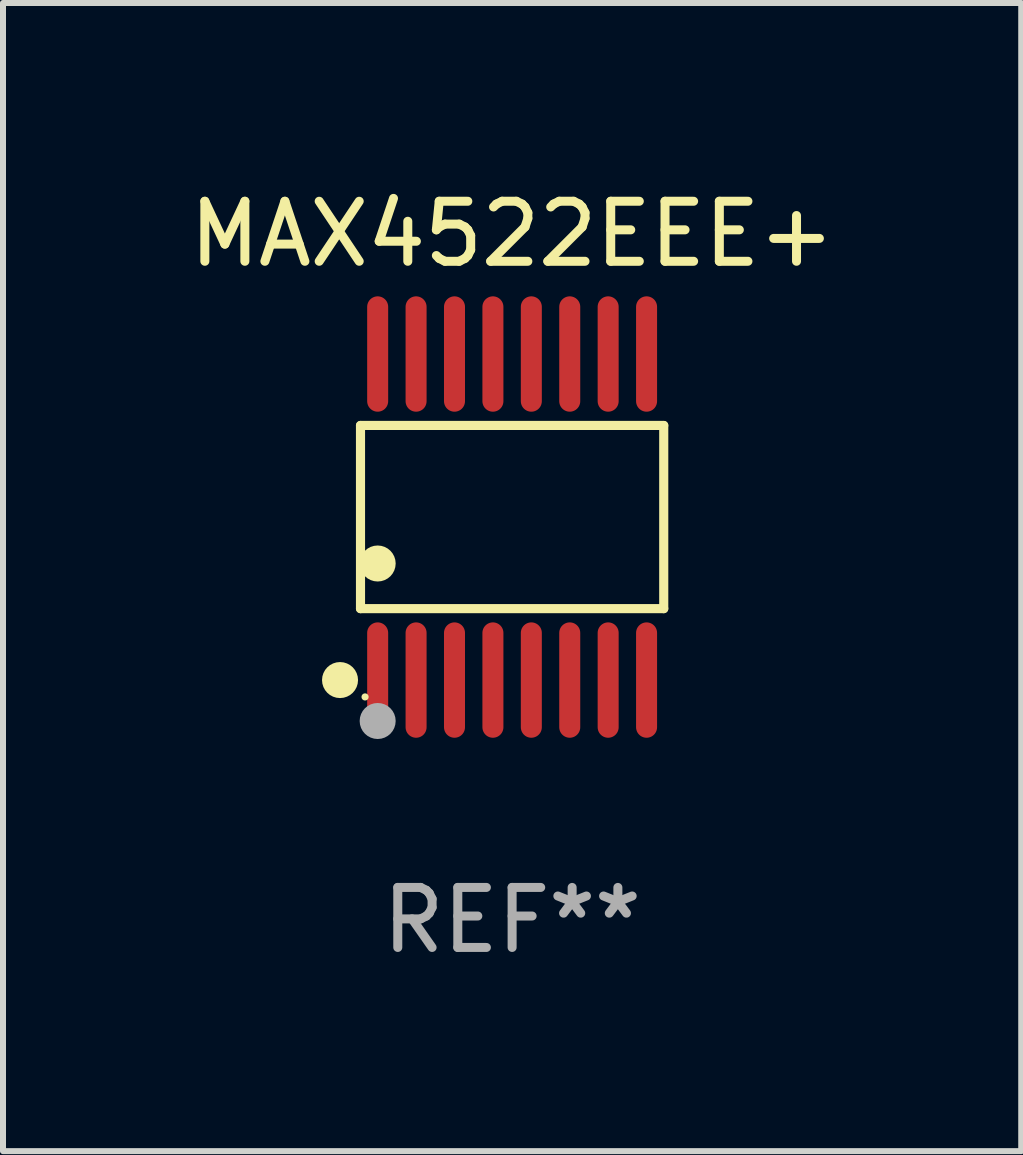
<source format=kicad_pcb>
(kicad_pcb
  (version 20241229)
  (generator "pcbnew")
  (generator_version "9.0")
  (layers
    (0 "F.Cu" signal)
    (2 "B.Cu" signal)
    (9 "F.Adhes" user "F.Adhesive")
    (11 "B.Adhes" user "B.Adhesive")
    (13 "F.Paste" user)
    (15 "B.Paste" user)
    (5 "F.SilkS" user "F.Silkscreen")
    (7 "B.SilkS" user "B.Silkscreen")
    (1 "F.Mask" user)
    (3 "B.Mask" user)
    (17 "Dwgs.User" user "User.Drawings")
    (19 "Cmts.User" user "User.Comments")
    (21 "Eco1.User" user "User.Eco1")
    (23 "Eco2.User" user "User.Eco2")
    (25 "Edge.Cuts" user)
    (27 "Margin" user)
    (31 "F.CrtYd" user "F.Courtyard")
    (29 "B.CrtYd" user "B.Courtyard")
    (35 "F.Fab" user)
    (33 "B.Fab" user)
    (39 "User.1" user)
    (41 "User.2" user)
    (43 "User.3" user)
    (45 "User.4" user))
  (footprint "MAX4522EEE+"
    (layer "F.Cu")
    (at 5.482 5.564)
    (property "Reference" "MAX4522EEE+" (at 0 -4.716 0) (layer "F.SilkS") (effects (font (size 1 1) (thickness 0.15))))
    (attr through_hole)
    (fp_line (start -2.526 -1.526) (end 2.526 -1.526) (stroke (width 0.152) (type solid)) (layer "F.SilkS"))
    (fp_line (start -2.526 1.526) (end -2.526 -1.526) (stroke (width 0.152) (type solid)) (layer "F.SilkS"))
    (fp_line (start 2.526 -1.526) (end 2.526 1.526) (stroke (width 0.152) (type solid)) (layer "F.SilkS"))
    (fp_line (start 2.526 1.526) (end -2.526 1.526) (stroke (width 0.152) (type solid)) (layer "F.SilkS"))
    (fp_circle (center -2.867 2.716) (end -2.717 2.716) (stroke (width 0.3) (type solid)) (fill no) (layer "F.SilkS"))
    (fp_circle (center -2.45 2.997) (end -2.42 2.997) (stroke (width 0.06) (type solid)) (fill no) (layer "F.SilkS"))
    (fp_circle (center -2.24 0.774) (end -2.09 0.774) (stroke (width 0.3) (type solid)) (fill no) (layer "F.SilkS"))
    (fp_circle (center -2.24 3.398) (end -2.09 3.398) (stroke (width 0.3) (type solid)) (fill no) (layer "F.Fab"))
    (fp_text user "REF**" (at 0 6.716 0) (layer "F.Fab") (effects (font (size 1 1) (thickness 0.15))))
    (pad "1" smd oval (at -2.24 2.716) (size 0.35 1.922) (layers "F.Cu" "F.Mask" "F.Paste"))
    (pad "2" smd oval (at -1.6 2.716) (size 0.35 1.922) (layers "F.Cu" "F.Mask" "F.Paste"))
    (pad "3" smd oval (at -0.96 2.716) (size 0.35 1.922) (layers "F.Cu" "F.Mask" "F.Paste"))
    (pad "4" smd oval (at -0.32 2.716) (size 0.35 1.922) (layers "F.Cu" "F.Mask" "F.Paste"))
    (pad "5" smd oval (at 0.32 2.716) (size 0.35 1.922) (layers "F.Cu" "F.Mask" "F.Paste"))
    (pad "6" smd oval (at 0.96 2.716) (size 0.35 1.922) (layers "F.Cu" "F.Mask" "F.Paste"))
    (pad "7" smd oval (at 1.6 2.716) (size 0.35 1.922) (layers "F.Cu" "F.Mask" "F.Paste"))
    (pad "8" smd oval (at 2.24 2.716) (size 0.35 1.922) (layers "F.Cu" "F.Mask" "F.Paste"))
    (pad "9" smd oval (at 2.24 -2.716) (size 0.35 1.922) (layers "F.Cu" "F.Mask" "F.Paste"))
    (pad "10" smd oval (at 1.6 -2.716) (size 0.35 1.922) (layers "F.Cu" "F.Mask" "F.Paste"))
    (pad "11" smd oval (at 0.96 -2.716) (size 0.35 1.922) (layers "F.Cu" "F.Mask" "F.Paste"))
    (pad "12" smd oval (at 0.32 -2.716) (size 0.35 1.922) (layers "F.Cu" "F.Mask" "F.Paste"))
    (pad "13" smd oval (at -0.32 -2.716) (size 0.35 1.922) (layers "F.Cu" "F.Mask" "F.Paste"))
    (pad "14" smd oval (at -0.96 -2.716) (size 0.35 1.922) (layers "F.Cu" "F.Mask" "F.Paste"))
    (pad "15" smd oval (at -1.6 -2.716) (size 0.35 1.922) (layers "F.Cu" "F.Mask" "F.Paste"))
    (pad "16" smd oval (at -2.24 -2.716) (size 0.35 1.922) (layers "F.Cu" "F.Mask" "F.Paste")))
  (gr_rect
    (start -3 -3)
    (end 13.964 16.128)
    (stroke (width 0.1) (type default))
    (fill no)
    (layer "Edge.Cuts")))
</source>
